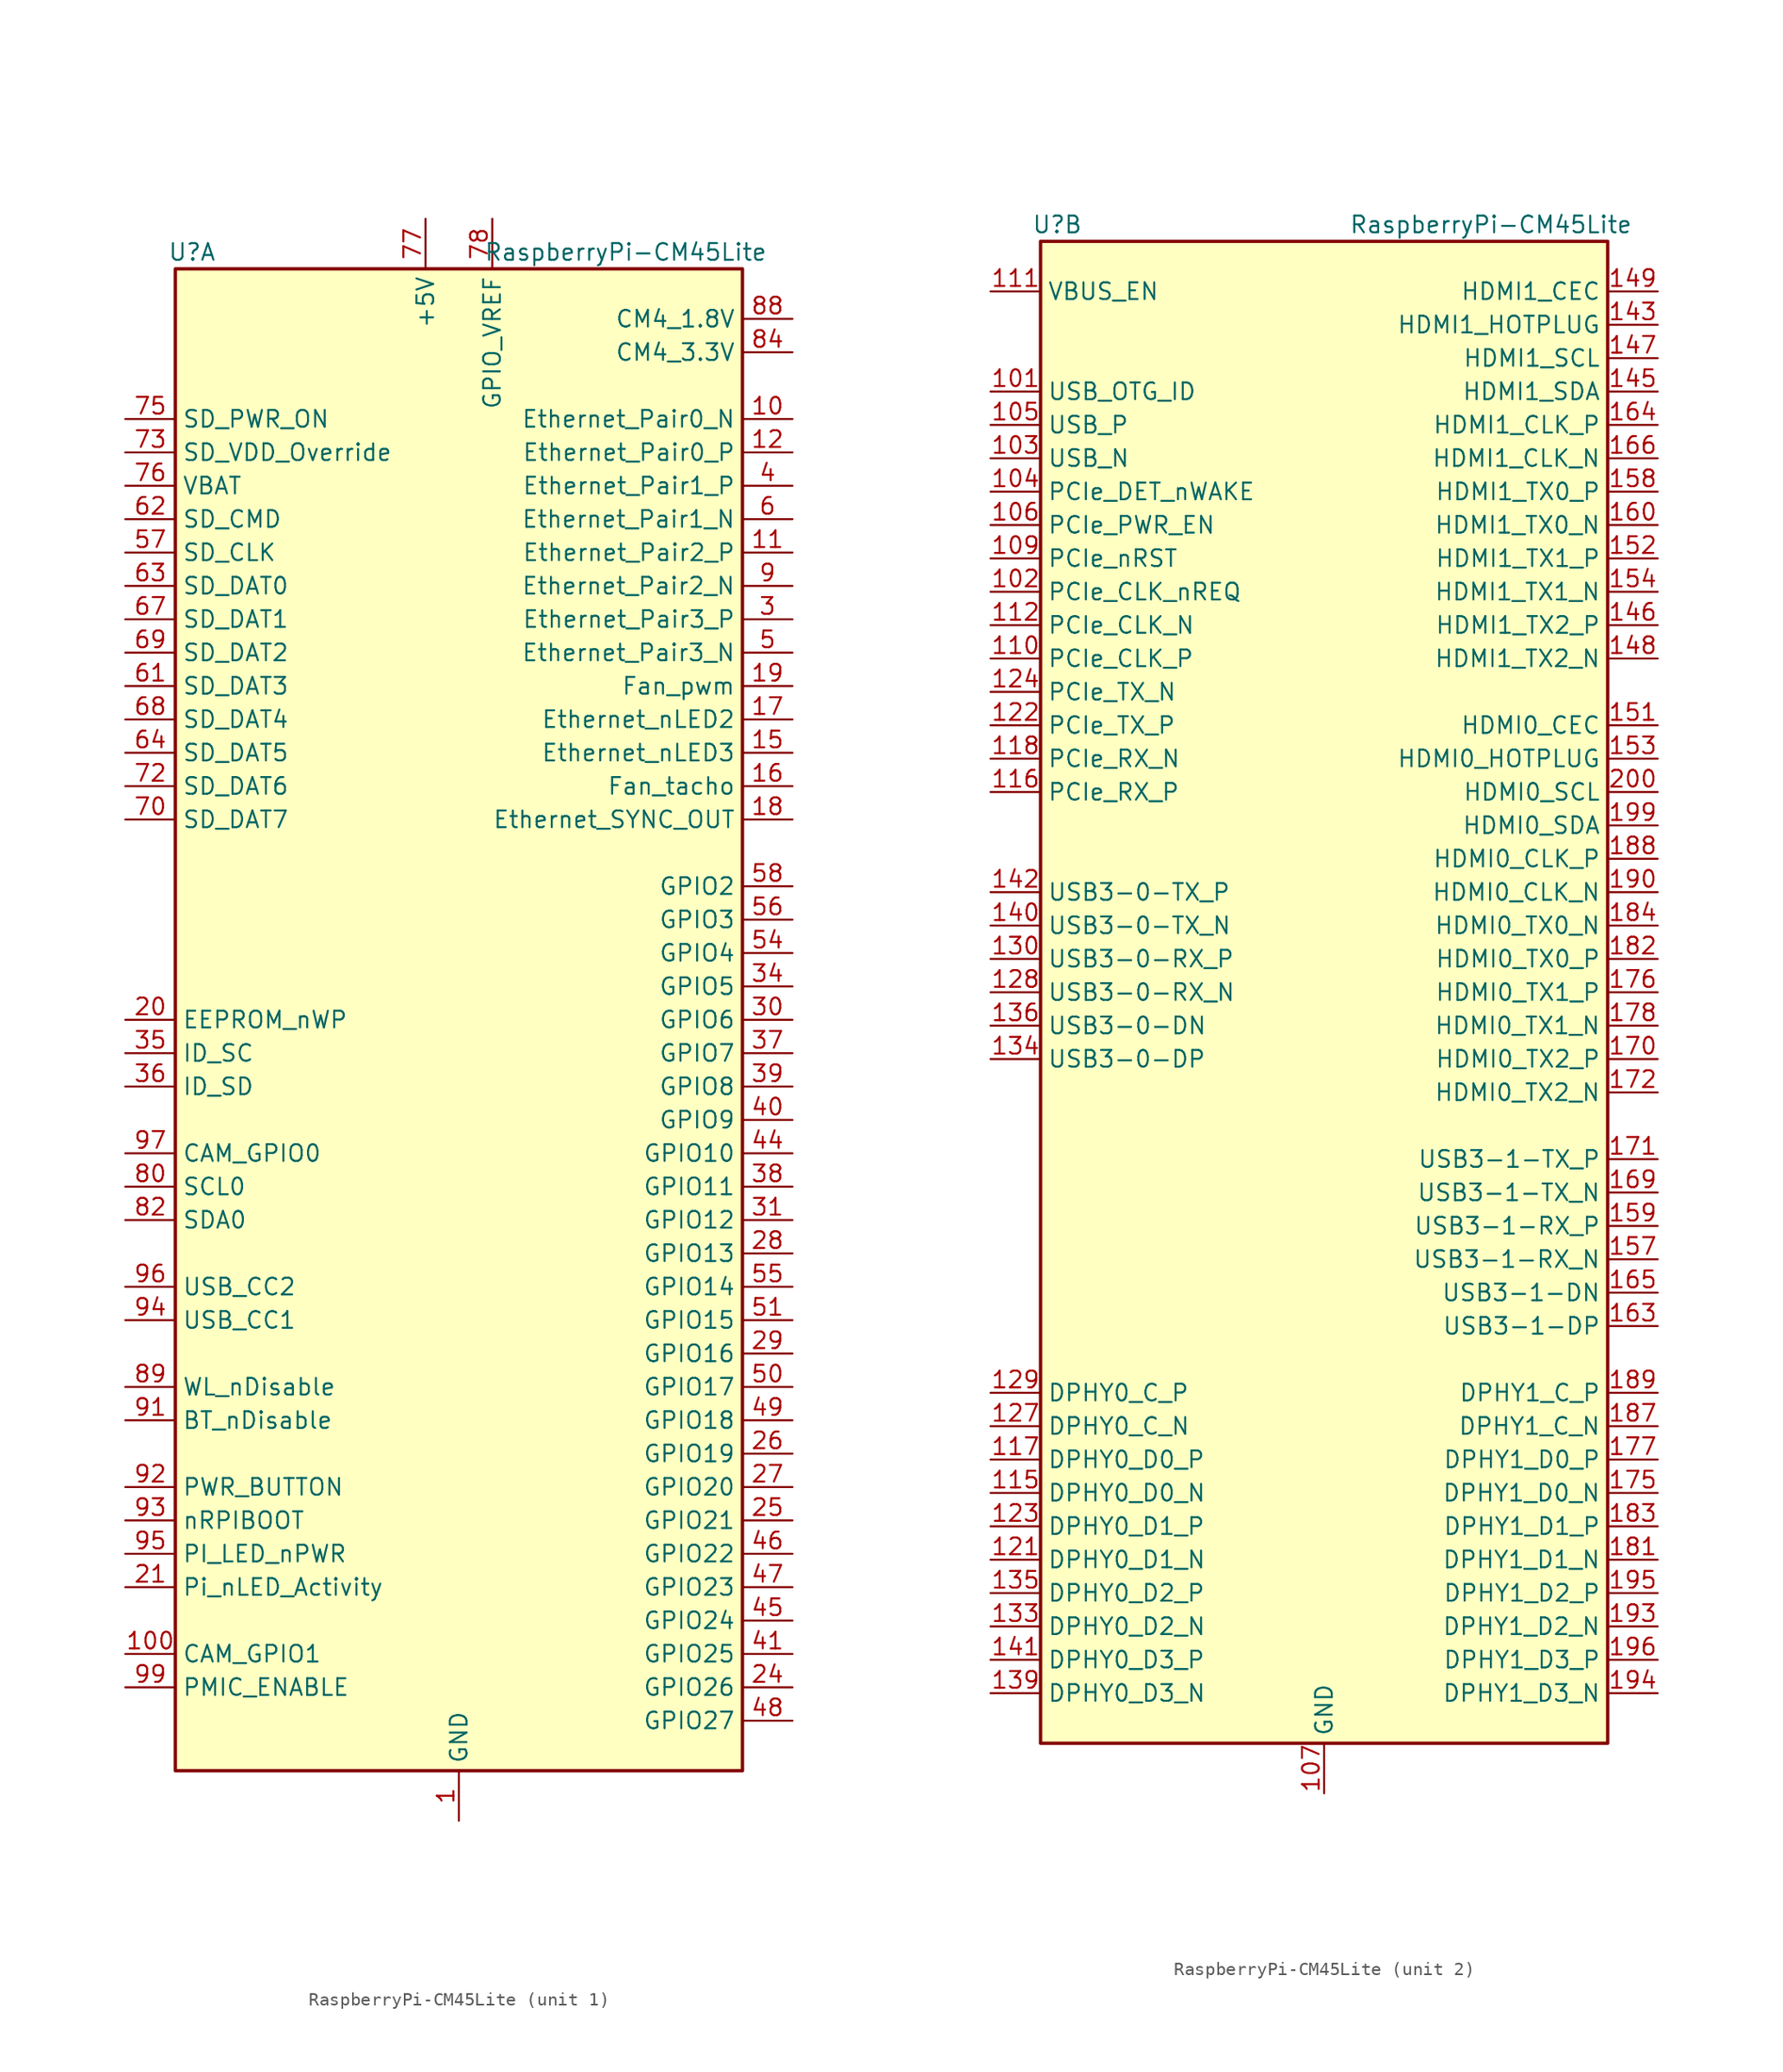
<source format=kicad_sym>
(kicad_symbol_lib
  (version 20241209)
  (generator "kicad_symbol_editor")
  (generator_version "9.0")
  (symbol "RaspberryPi-CM45Lite"
    (property "Reference" "U"
      (at -20.32 58.42 0)
      (effects (font (size 1.27 1.27))))
    (property "Value" "RaspberryPi-CM45Lite"
      (at 12.7 58.42 0)
      (effects (font (size 1.27 1.27))))
    (symbol "RaspberryPi-CM45Lite_0_1"
      (rectangle (start -21.59 57.15) (end 21.59 -57.15) (stroke (width 0.254) (type default)) (fill (type background))))
    (symbol "RaspberryPi-CM45Lite_1_1"
      (pin output line (at -25.4 45.72 0) (length 3.81) (name "SD_PWR_ON" (effects (font (size 1.27 1.27)))) (number "75" (effects (font (size 1.27 1.27)))))
      (pin input line (at -25.4 43.18 0) (length 3.81) (name "SD_VDD_Override" (effects (font (size 1.27 1.27)))) (number "73" (effects (font (size 1.27 1.27)))))
      (pin power_in line (at -25.4 40.64 0) (length 3.81) (name "VBAT" (effects (font (size 1.27 1.27)))) (number "76" (effects (font (size 1.27 1.27)))))
      (pin output line (at -25.4 38.1 0) (length 3.81) (name "SD_CMD" (effects (font (size 1.27 1.27)))) (number "62" (effects (font (size 1.27 1.27)))))
      (pin output line (at -25.4 35.56 0) (length 3.81) (name "SD_CLK" (effects (font (size 1.27 1.27)))) (number "57" (effects (font (size 1.27 1.27)))))
      (pin bidirectional line (at -25.4 33.02 0) (length 3.81) (name "SD_DAT0" (effects (font (size 1.27 1.27)))) (number "63" (effects (font (size 1.27 1.27)))))
      (pin bidirectional line (at -25.4 30.48 0) (length 3.81) (name "SD_DAT1" (effects (font (size 1.27 1.27)))) (number "67" (effects (font (size 1.27 1.27)))))
      (pin bidirectional line (at -25.4 27.94 0) (length 3.81) (name "SD_DAT2" (effects (font (size 1.27 1.27)))) (number "69" (effects (font (size 1.27 1.27)))))
      (pin bidirectional line (at -25.4 25.4 0) (length 3.81) (name "SD_DAT3" (effects (font (size 1.27 1.27)))) (number "61" (effects (font (size 1.27 1.27)))))
      (pin bidirectional line (at -25.4 22.86 0) (length 3.81) (name "SD_DAT4" (effects (font (size 1.27 1.27)))) (number "68" (effects (font (size 1.27 1.27)))))
      (pin bidirectional line (at -25.4 20.32 0) (length 3.81) (name "SD_DAT5" (effects (font (size 1.27 1.27)))) (number "64" (effects (font (size 1.27 1.27)))))
      (pin bidirectional line (at -25.4 17.78 0) (length 3.81) (name "SD_DAT6" (effects (font (size 1.27 1.27)))) (number "72" (effects (font (size 1.27 1.27)))))
      (pin bidirectional line (at -25.4 15.24 0) (length 3.81) (name "SD_DAT7" (effects (font (size 1.27 1.27)))) (number "70" (effects (font (size 1.27 1.27)))))
      (pin input line (at -25.4 0 0) (length 3.81) (name "EEPROM_nWP" (effects (font (size 1.27 1.27)))) (number "20" (effects (font (size 1.27 1.27)))))
      (pin bidirectional line (at -25.4 -2.54 0) (length 3.81) (name "ID_SC" (effects (font (size 1.27 1.27)))) (number "35" (effects (font (size 1.27 1.27)))))
      (pin bidirectional line (at -25.4 -5.08 0) (length 3.81) (name "ID_SD" (effects (font (size 1.27 1.27)))) (number "36" (effects (font (size 1.27 1.27)))))
      (pin input line (at -25.4 -10.16 0) (length 3.81) (name "CAM_GPIO0" (effects (font (size 1.27 1.27)))) (number "97" (effects (font (size 1.27 1.27)))))
      (pin output line (at -25.4 -12.7 0) (length 3.81) (name "SCL0" (effects (font (size 1.27 1.27)))) (number "80" (effects (font (size 1.27 1.27)))))
      (pin bidirectional line (at -25.4 -15.24 0) (length 3.81) (name "SDA0" (effects (font (size 1.27 1.27)))) (number "82" (effects (font (size 1.27 1.27)))))
      (pin input line (at -25.4 -20.32 0) (length 3.81) (name "USB_CC2" (effects (font (size 1.27 1.27)))) (number "96" (effects (font (size 1.27 1.27)))))
      (pin input line (at -25.4 -22.86 0) (length 3.81) (name "USB_CC1" (effects (font (size 1.27 1.27)))) (number "94" (effects (font (size 1.27 1.27)))))
      (pin input line (at -25.4 -27.94 0) (length 3.81) (name "WL_nDisable" (effects (font (size 1.27 1.27)))) (number "89" (effects (font (size 1.27 1.27)))))
      (pin input line (at -25.4 -30.48 0) (length 3.81) (name "BT_nDisable" (effects (font (size 1.27 1.27)))) (number "91" (effects (font (size 1.27 1.27)))))
      (pin input line (at -25.4 -35.56 0) (length 3.81) (name "PWR_BUTTON" (effects (font (size 1.27 1.27)))) (number "92" (effects (font (size 1.27 1.27)))))
      (pin output line (at -25.4 -38.1 0) (length 3.81) (name "nRPIBOOT" (effects (font (size 1.27 1.27)))) (number "93" (effects (font (size 1.27 1.27)))))
      (pin output line (at -25.4 -40.64 0) (length 3.81) (name "PI_LED_nPWR" (effects (font (size 1.27 1.27)))) (number "95" (effects (font (size 1.27 1.27)))))
      (pin input line (at -25.4 -43.18 0) (length 3.81) (name "Pi_nLED_Activity" (effects (font (size 1.27 1.27)))) (number "21" (effects (font (size 1.27 1.27)))))
      (pin bidirectional line (at -25.4 -48.26 0) (length 3.81) (name "CAM_GPIO1" (effects (font (size 1.27 1.27)))) (number "100" (effects (font (size 1.27 1.27)))))
      (pin input line (at -25.4 -50.8 0) (length 3.81) (name "PMIC_ENABLE" (effects (font (size 1.27 1.27)))) (number "99" (effects (font (size 1.27 1.27)))))
      (pin power_in line (at -2.54 60.96 270) (length 3.81) (name "+5V" (effects (font (size 1.27 1.27)))) (number "77" (effects (font (size 1.27 1.27)))))
      (pin passive line (at -2.54 60.96 270) (length 3.81) (hide yes) (name "+5V" (effects (font (size 1.27 1.27)))) (number "79" (effects (font (size 1.27 1.27)))))
      (pin passive line (at -2.54 60.96 270) (length 3.81) (hide yes) (name "+5V" (effects (font (size 1.27 1.27)))) (number "81" (effects (font (size 1.27 1.27)))))
      (pin passive line (at -2.54 60.96 270) (length 3.81) (hide yes) (name "+5V" (effects (font (size 1.27 1.27)))) (number "83" (effects (font (size 1.27 1.27)))))
      (pin passive line (at -2.54 60.96 270) (length 3.81) (hide yes) (name "+5V" (effects (font (size 1.27 1.27)))) (number "85" (effects (font (size 1.27 1.27)))))
      (pin passive line (at -2.54 60.96 270) (length 3.81) (hide yes) (name "+5V" (effects (font (size 1.27 1.27)))) (number "87" (effects (font (size 1.27 1.27)))))
      (pin power_in line (at 0 -60.96 90) (length 3.81) (name "GND" (effects (font (size 1.27 1.27)))) (number "1" (effects (font (size 1.27 1.27)))))
      (pin passive line (at 0 -60.96 90) (length 3.81) (hide yes) (name "GND" (effects (font (size 1.27 1.27)))) (number "13" (effects (font (size 1.27 1.27)))))
      (pin passive line (at 0 -60.96 90) (length 3.81) (hide yes) (name "GND" (effects (font (size 1.27 1.27)))) (number "14" (effects (font (size 1.27 1.27)))))
      (pin passive line (at 0 -60.96 90) (length 3.81) (hide yes) (name "GND" (effects (font (size 1.27 1.27)))) (number "2" (effects (font (size 1.27 1.27)))))
      (pin passive line (at 0 -60.96 90) (length 3.81) (hide yes) (name "GND" (effects (font (size 1.27 1.27)))) (number "22" (effects (font (size 1.27 1.27)))))
      (pin passive line (at 0 -60.96 90) (length 3.81) (hide yes) (name "GND" (effects (font (size 1.27 1.27)))) (number "23" (effects (font (size 1.27 1.27)))))
      (pin passive line (at 0 -60.96 90) (length 3.81) (hide yes) (name "GND" (effects (font (size 1.27 1.27)))) (number "32" (effects (font (size 1.27 1.27)))))
      (pin passive line (at 0 -60.96 90) (length 3.81) (hide yes) (name "GND" (effects (font (size 1.27 1.27)))) (number "33" (effects (font (size 1.27 1.27)))))
      (pin passive line (at 0 -60.96 90) (length 3.81) (hide yes) (name "GND" (effects (font (size 1.27 1.27)))) (number "42" (effects (font (size 1.27 1.27)))))
      (pin passive line (at 0 -60.96 90) (length 3.81) (hide yes) (name "GND" (effects (font (size 1.27 1.27)))) (number "43" (effects (font (size 1.27 1.27)))))
      (pin passive line (at 0 -60.96 90) (length 3.81) (hide yes) (name "GND" (effects (font (size 1.27 1.27)))) (number "52" (effects (font (size 1.27 1.27)))))
      (pin passive line (at 0 -60.96 90) (length 3.81) (hide yes) (name "GND" (effects (font (size 1.27 1.27)))) (number "53" (effects (font (size 1.27 1.27)))))
      (pin passive line (at 0 -60.96 90) (length 3.81) (hide yes) (name "GND" (effects (font (size 1.27 1.27)))) (number "59" (effects (font (size 1.27 1.27)))))
      (pin passive line (at 0 -60.96 90) (length 3.81) (hide yes) (name "GND" (effects (font (size 1.27 1.27)))) (number "60" (effects (font (size 1.27 1.27)))))
      (pin passive line (at 0 -60.96 90) (length 3.81) (hide yes) (name "GND" (effects (font (size 1.27 1.27)))) (number "65" (effects (font (size 1.27 1.27)))))
      (pin passive line (at 0 -60.96 90) (length 3.81) (hide yes) (name "GND" (effects (font (size 1.27 1.27)))) (number "66" (effects (font (size 1.27 1.27)))))
      (pin passive line (at 0 -60.96 90) (length 3.81) (hide yes) (name "GND" (effects (font (size 1.27 1.27)))) (number "7" (effects (font (size 1.27 1.27)))))
      (pin passive line (at 0 -60.96 90) (length 3.81) (hide yes) (name "GND" (effects (font (size 1.27 1.27)))) (number "71" (effects (font (size 1.27 1.27)))))
      (pin passive line (at 0 -60.96 90) (length 3.81) (hide yes) (name "GND" (effects (font (size 1.27 1.27)))) (number "74" (effects (font (size 1.27 1.27)))))
      (pin passive line (at 0 -60.96 90) (length 3.81) (hide yes) (name "GND" (effects (font (size 1.27 1.27)))) (number "8" (effects (font (size 1.27 1.27)))))
      (pin passive line (at 0 -60.96 90) (length 3.81) (hide yes) (name "GND" (effects (font (size 1.27 1.27)))) (number "98" (effects (font (size 1.27 1.27)))))
      (pin power_in line (at 2.54 60.96 270) (length 3.81) (name "GPIO_VREF" (effects (font (size 1.27 1.27)))) (number "78" (effects (font (size 1.27 1.27)))))
      (pin power_out line (at 25.4 53.34 180) (length 3.81) (name "CM4_1.8V" (effects (font (size 1.27 1.27)))) (number "88" (effects (font (size 1.27 1.27)))))
      (pin passive line (at 25.4 53.34 180) (length 3.81) (hide yes) (name "CM4_1.8V" (effects (font (size 1.27 1.27)))) (number "90" (effects (font (size 1.27 1.27)))))
      (pin power_out line (at 25.4 50.8 180) (length 3.81) (name "CM4_3.3V" (effects (font (size 1.27 1.27)))) (number "84" (effects (font (size 1.27 1.27)))))
      (pin passive line (at 25.4 50.8 180) (length 3.81) (hide yes) (name "CM4_3.3V" (effects (font (size 1.27 1.27)))) (number "86" (effects (font (size 1.27 1.27)))))
      (pin bidirectional line (at 25.4 45.72 180) (length 3.81) (name "Ethernet_Pair0_N" (effects (font (size 1.27 1.27)))) (number "10" (effects (font (size 1.27 1.27)))))
      (pin bidirectional line (at 25.4 43.18 180) (length 3.81) (name "Ethernet_Pair0_P" (effects (font (size 1.27 1.27)))) (number "12" (effects (font (size 1.27 1.27)))))
      (pin bidirectional line (at 25.4 40.64 180) (length 3.81) (name "Ethernet_Pair1_P" (effects (font (size 1.27 1.27)))) (number "4" (effects (font (size 1.27 1.27)))))
      (pin bidirectional line (at 25.4 38.1 180) (length 3.81) (name "Ethernet_Pair1_N" (effects (font (size 1.27 1.27)))) (number "6" (effects (font (size 1.27 1.27)))))
      (pin bidirectional line (at 25.4 35.56 180) (length 3.81) (name "Ethernet_Pair2_P" (effects (font (size 1.27 1.27)))) (number "11" (effects (font (size 1.27 1.27)))))
      (pin bidirectional line (at 25.4 33.02 180) (length 3.81) (name "Ethernet_Pair2_N" (effects (font (size 1.27 1.27)))) (number "9" (effects (font (size 1.27 1.27)))))
      (pin bidirectional line (at 25.4 30.48 180) (length 3.81) (name "Ethernet_Pair3_P" (effects (font (size 1.27 1.27)))) (number "3" (effects (font (size 1.27 1.27)))))
      (pin bidirectional line (at 25.4 27.94 180) (length 3.81) (name "Ethernet_Pair3_N" (effects (font (size 1.27 1.27)))) (number "5" (effects (font (size 1.27 1.27)))))
      (pin output line (at 25.4 25.4 180) (length 3.81) (name "Fan_pwm" (effects (font (size 1.27 1.27)))) (number "19" (effects (font (size 1.27 1.27)))))
      (pin output line (at 25.4 22.86 180) (length 3.81) (name "Ethernet_nLED2" (effects (font (size 1.27 1.27)))) (number "17" (effects (font (size 1.27 1.27)))))
      (pin output line (at 25.4 20.32 180) (length 3.81) (name "Ethernet_nLED3" (effects (font (size 1.27 1.27)))) (number "15" (effects (font (size 1.27 1.27)))))
      (pin input line (at 25.4 17.78 180) (length 3.81) (name "Fan_tacho" (effects (font (size 1.27 1.27)))) (number "16" (effects (font (size 1.27 1.27)))))
      (pin output line (at 25.4 15.24 180) (length 3.81) (name "Ethernet_SYNC_OUT" (effects (font (size 1.27 1.27)))) (number "18" (effects (font (size 1.27 1.27)))))
      (pin bidirectional line (at 25.4 10.16 180) (length 3.81) (name "GPIO2" (effects (font (size 1.27 1.27)))) (number "58" (effects (font (size 1.27 1.27)))))
      (pin bidirectional line (at 25.4 7.62 180) (length 3.81) (name "GPIO3" (effects (font (size 1.27 1.27)))) (number "56" (effects (font (size 1.27 1.27)))))
      (pin bidirectional line (at 25.4 5.08 180) (length 3.81) (name "GPIO4" (effects (font (size 1.27 1.27)))) (number "54" (effects (font (size 1.27 1.27)))))
      (pin bidirectional line (at 25.4 2.54 180) (length 3.81) (name "GPIO5" (effects (font (size 1.27 1.27)))) (number "34" (effects (font (size 1.27 1.27)))))
      (pin bidirectional line (at 25.4 0 180) (length 3.81) (name "GPIO6" (effects (font (size 1.27 1.27)))) (number "30" (effects (font (size 1.27 1.27)))))
      (pin bidirectional line (at 25.4 -2.54 180) (length 3.81) (name "GPIO7" (effects (font (size 1.27 1.27)))) (number "37" (effects (font (size 1.27 1.27)))))
      (pin bidirectional line (at 25.4 -5.08 180) (length 3.81) (name "GPIO8" (effects (font (size 1.27 1.27)))) (number "39" (effects (font (size 1.27 1.27)))))
      (pin bidirectional line (at 25.4 -7.62 180) (length 3.81) (name "GPIO9" (effects (font (size 1.27 1.27)))) (number "40" (effects (font (size 1.27 1.27)))))
      (pin bidirectional line (at 25.4 -10.16 180) (length 3.81) (name "GPIO10" (effects (font (size 1.27 1.27)))) (number "44" (effects (font (size 1.27 1.27)))))
      (pin bidirectional line (at 25.4 -12.7 180) (length 3.81) (name "GPIO11" (effects (font (size 1.27 1.27)))) (number "38" (effects (font (size 1.27 1.27)))))
      (pin bidirectional line (at 25.4 -15.24 180) (length 3.81) (name "GPIO12" (effects (font (size 1.27 1.27)))) (number "31" (effects (font (size 1.27 1.27)))))
      (pin bidirectional line (at 25.4 -17.78 180) (length 3.81) (name "GPIO13" (effects (font (size 1.27 1.27)))) (number "28" (effects (font (size 1.27 1.27)))))
      (pin bidirectional line (at 25.4 -20.32 180) (length 3.81) (name "GPIO14" (effects (font (size 1.27 1.27)))) (number "55" (effects (font (size 1.27 1.27)))))
      (pin bidirectional line (at 25.4 -22.86 180) (length 3.81) (name "GPIO15" (effects (font (size 1.27 1.27)))) (number "51" (effects (font (size 1.27 1.27)))))
      (pin bidirectional line (at 25.4 -25.4 180) (length 3.81) (name "GPIO16" (effects (font (size 1.27 1.27)))) (number "29" (effects (font (size 1.27 1.27)))))
      (pin bidirectional line (at 25.4 -27.94 180) (length 3.81) (name "GPIO17" (effects (font (size 1.27 1.27)))) (number "50" (effects (font (size 1.27 1.27)))))
      (pin bidirectional line (at 25.4 -30.48 180) (length 3.81) (name "GPIO18" (effects (font (size 1.27 1.27)))) (number "49" (effects (font (size 1.27 1.27)))))
      (pin bidirectional line (at 25.4 -33.02 180) (length 3.81) (name "GPIO19" (effects (font (size 1.27 1.27)))) (number "26" (effects (font (size 1.27 1.27)))))
      (pin bidirectional line (at 25.4 -35.56 180) (length 3.81) (name "GPIO20" (effects (font (size 1.27 1.27)))) (number "27" (effects (font (size 1.27 1.27)))))
      (pin bidirectional line (at 25.4 -38.1 180) (length 3.81) (name "GPIO21" (effects (font (size 1.27 1.27)))) (number "25" (effects (font (size 1.27 1.27)))))
      (pin bidirectional line (at 25.4 -40.64 180) (length 3.81) (name "GPIO22" (effects (font (size 1.27 1.27)))) (number "46" (effects (font (size 1.27 1.27)))))
      (pin bidirectional line (at 25.4 -43.18 180) (length 3.81) (name "GPIO23" (effects (font (size 1.27 1.27)))) (number "47" (effects (font (size 1.27 1.27)))))
      (pin bidirectional line (at 25.4 -45.72 180) (length 3.81) (name "GPIO24" (effects (font (size 1.27 1.27)))) (number "45" (effects (font (size 1.27 1.27)))))
      (pin bidirectional line (at 25.4 -48.26 180) (length 3.81) (name "GPIO25" (effects (font (size 1.27 1.27)))) (number "41" (effects (font (size 1.27 1.27)))))
      (pin bidirectional line (at 25.4 -50.8 180) (length 3.81) (name "GPIO26" (effects (font (size 1.27 1.27)))) (number "24" (effects (font (size 1.27 1.27)))))
      (pin bidirectional line (at 25.4 -53.34 180) (length 3.81) (name "GPIO27" (effects (font (size 1.27 1.27)))) (number "48" (effects (font (size 1.27 1.27))))))
    (symbol "RaspberryPi-CM45Lite_2_1"
      (pin output line (at -25.4 53.34 0) (length 3.81) (name "VBUS_EN" (effects (font (size 1.27 1.27)))) (number "111" (effects (font (size 1.27 1.27)))))
      (pin input line (at -25.4 45.72 0) (length 3.81) (name "USB_OTG_ID" (effects (font (size 1.27 1.27)))) (number "101" (effects (font (size 1.27 1.27)))))
      (pin bidirectional line (at -25.4 43.18 0) (length 3.81) (name "USB_P" (effects (font (size 1.27 1.27)))) (number "105" (effects (font (size 1.27 1.27)))))
      (pin bidirectional line (at -25.4 40.64 0) (length 3.81) (name "USB_N" (effects (font (size 1.27 1.27)))) (number "103" (effects (font (size 1.27 1.27)))))
      (pin power_in line (at -25.4 38.1 0) (length 3.81) (name "PCIe_DET_nWAKE" (effects (font (size 1.27 1.27)))) (number "104" (effects (font (size 1.27 1.27)))))
      (pin input line (at -25.4 35.56 0) (length 3.81) (name "PCIe_PWR_EN" (effects (font (size 1.27 1.27)))) (number "106" (effects (font (size 1.27 1.27)))))
      (pin output line (at -25.4 33.02 0) (length 3.81) (name "PCIe_nRST" (effects (font (size 1.27 1.27)))) (number "109" (effects (font (size 1.27 1.27)))))
      (pin input line (at -25.4 30.48 0) (length 3.81) (name "PCIe_CLK_nREQ" (effects (font (size 1.27 1.27)))) (number "102" (effects (font (size 1.27 1.27)))))
      (pin output line (at -25.4 27.94 0) (length 3.81) (name "PCIe_CLK_N" (effects (font (size 1.27 1.27)))) (number "112" (effects (font (size 1.27 1.27)))))
      (pin output line (at -25.4 25.4 0) (length 3.81) (name "PCIe_CLK_P" (effects (font (size 1.27 1.27)))) (number "110" (effects (font (size 1.27 1.27)))))
      (pin output line (at -25.4 22.86 0) (length 3.81) (name "PCIe_TX_N" (effects (font (size 1.27 1.27)))) (number "124" (effects (font (size 1.27 1.27)))))
      (pin output line (at -25.4 20.32 0) (length 3.81) (name "PCIe_TX_P" (effects (font (size 1.27 1.27)))) (number "122" (effects (font (size 1.27 1.27)))))
      (pin input line (at -25.4 17.78 0) (length 3.81) (name "PCIe_RX_N" (effects (font (size 1.27 1.27)))) (number "118" (effects (font (size 1.27 1.27)))))
      (pin input line (at -25.4 15.24 0) (length 3.81) (name "PCIe_RX_P" (effects (font (size 1.27 1.27)))) (number "116" (effects (font (size 1.27 1.27)))))
      (pin output line (at -25.4 7.62 0) (length 3.81) (name "USB3-0-TX_P" (effects (font (size 1.27 1.27)))) (number "142" (effects (font (size 1.27 1.27)))))
      (pin output line (at -25.4 5.08 0) (length 3.81) (name "USB3-0-TX_N" (effects (font (size 1.27 1.27)))) (number "140" (effects (font (size 1.27 1.27)))))
      (pin input line (at -25.4 2.54 0) (length 3.81) (name "USB3-0-RX_P" (effects (font (size 1.27 1.27)))) (number "130" (effects (font (size 1.27 1.27)))))
      (pin input line (at -25.4 0 0) (length 3.81) (name "USB3-0-RX_N" (effects (font (size 1.27 1.27)))) (number "128" (effects (font (size 1.27 1.27)))))
      (pin bidirectional line (at -25.4 -2.54 0) (length 3.81) (name "USB3-0-DN" (effects (font (size 1.27 1.27)))) (number "136" (effects (font (size 1.27 1.27)))))
      (pin bidirectional line (at -25.4 -5.08 0) (length 3.81) (name "USB3-0-DP" (effects (font (size 1.27 1.27)))) (number "134" (effects (font (size 1.27 1.27)))))
      (pin bidirectional line (at -25.4 -30.48 0) (length 3.81) (name "DPHY0_C_P" (effects (font (size 1.27 1.27)))) (number "129" (effects (font (size 1.27 1.27)))))
      (pin bidirectional line (at -25.4 -33.02 0) (length 3.81) (name "DPHY0_C_N" (effects (font (size 1.27 1.27)))) (number "127" (effects (font (size 1.27 1.27)))))
      (pin bidirectional line (at -25.4 -35.56 0) (length 3.81) (name "DPHY0_D0_P" (effects (font (size 1.27 1.27)))) (number "117" (effects (font (size 1.27 1.27)))))
      (pin bidirectional line (at -25.4 -38.1 0) (length 3.81) (name "DPHY0_D0_N" (effects (font (size 1.27 1.27)))) (number "115" (effects (font (size 1.27 1.27)))))
      (pin bidirectional line (at -25.4 -40.64 0) (length 3.81) (name "DPHY0_D1_P" (effects (font (size 1.27 1.27)))) (number "123" (effects (font (size 1.27 1.27)))))
      (pin bidirectional line (at -25.4 -43.18 0) (length 3.81) (name "DPHY0_D1_N" (effects (font (size 1.27 1.27)))) (number "121" (effects (font (size 1.27 1.27)))))
      (pin bidirectional line (at -25.4 -45.72 0) (length 3.81) (name "DPHY0_D2_P" (effects (font (size 1.27 1.27)))) (number "135" (effects (font (size 1.27 1.27)))))
      (pin bidirectional line (at -25.4 -48.26 0) (length 3.81) (name "DPHY0_D2_N" (effects (font (size 1.27 1.27)))) (number "133" (effects (font (size 1.27 1.27)))))
      (pin bidirectional line (at -25.4 -50.8 0) (length 3.81) (name "DPHY0_D3_P" (effects (font (size 1.27 1.27)))) (number "141" (effects (font (size 1.27 1.27)))))
      (pin bidirectional line (at -25.4 -53.34 0) (length 3.81) (name "DPHY0_D3_N" (effects (font (size 1.27 1.27)))) (number "139" (effects (font (size 1.27 1.27)))))
      (pin power_in line (at 0 -60.96 90) (length 3.81) (name "GND" (effects (font (size 1.27 1.27)))) (number "107" (effects (font (size 1.27 1.27)))))
      (pin passive line (at 0 -60.96 90) (length 3.81) (hide yes) (name "GND" (effects (font (size 1.27 1.27)))) (number "108" (effects (font (size 1.27 1.27)))))
      (pin passive line (at 0 -60.96 90) (length 3.81) (hide yes) (name "GND" (effects (font (size 1.27 1.27)))) (number "113" (effects (font (size 1.27 1.27)))))
      (pin passive line (at 0 -60.96 90) (length 3.81) (hide yes) (name "GND" (effects (font (size 1.27 1.27)))) (number "114" (effects (font (size 1.27 1.27)))))
      (pin passive line (at 0 -60.96 90) (length 3.81) (hide yes) (name "GND" (effects (font (size 1.27 1.27)))) (number "119" (effects (font (size 1.27 1.27)))))
      (pin passive line (at 0 -60.96 90) (length 3.81) (hide yes) (name "GND" (effects (font (size 1.27 1.27)))) (number "120" (effects (font (size 1.27 1.27)))))
      (pin passive line (at 0 -60.96 90) (length 3.81) (hide yes) (name "GND" (effects (font (size 1.27 1.27)))) (number "125" (effects (font (size 1.27 1.27)))))
      (pin passive line (at 0 -60.96 90) (length 3.81) (hide yes) (name "GND" (effects (font (size 1.27 1.27)))) (number "126" (effects (font (size 1.27 1.27)))))
      (pin passive line (at 0 -60.96 90) (length 3.81) (hide yes) (name "GND" (effects (font (size 1.27 1.27)))) (number "131" (effects (font (size 1.27 1.27)))))
      (pin passive line (at 0 -60.96 90) (length 3.81) (hide yes) (name "GND" (effects (font (size 1.27 1.27)))) (number "132" (effects (font (size 1.27 1.27)))))
      (pin passive line (at 0 -60.96 90) (length 3.81) (hide yes) (name "GND" (effects (font (size 1.27 1.27)))) (number "137" (effects (font (size 1.27 1.27)))))
      (pin passive line (at 0 -60.96 90) (length 3.81) (hide yes) (name "GND" (effects (font (size 1.27 1.27)))) (number "138" (effects (font (size 1.27 1.27)))))
      (pin passive line (at 0 -60.96 90) (length 3.81) (hide yes) (name "GND" (effects (font (size 1.27 1.27)))) (number "144" (effects (font (size 1.27 1.27)))))
      (pin passive line (at 0 -60.96 90) (length 3.81) (hide yes) (name "GND" (effects (font (size 1.27 1.27)))) (number "150" (effects (font (size 1.27 1.27)))))
      (pin passive line (at 0 -60.96 90) (length 3.81) (hide yes) (name "GND" (effects (font (size 1.27 1.27)))) (number "155" (effects (font (size 1.27 1.27)))))
      (pin passive line (at 0 -60.96 90) (length 3.81) (hide yes) (name "GND" (effects (font (size 1.27 1.27)))) (number "156" (effects (font (size 1.27 1.27)))))
      (pin passive line (at 0 -60.96 90) (length 3.81) (hide yes) (name "GND" (effects (font (size 1.27 1.27)))) (number "161" (effects (font (size 1.27 1.27)))))
      (pin passive line (at 0 -60.96 90) (length 3.81) (hide yes) (name "GND" (effects (font (size 1.27 1.27)))) (number "162" (effects (font (size 1.27 1.27)))))
      (pin passive line (at 0 -60.96 90) (length 3.81) (hide yes) (name "GND" (effects (font (size 1.27 1.27)))) (number "167" (effects (font (size 1.27 1.27)))))
      (pin passive line (at 0 -60.96 90) (length 3.81) (hide yes) (name "GND" (effects (font (size 1.27 1.27)))) (number "168" (effects (font (size 1.27 1.27)))))
      (pin passive line (at 0 -60.96 90) (length 3.81) (hide yes) (name "GND" (effects (font (size 1.27 1.27)))) (number "173" (effects (font (size 1.27 1.27)))))
      (pin passive line (at 0 -60.96 90) (length 3.81) (hide yes) (name "GND" (effects (font (size 1.27 1.27)))) (number "174" (effects (font (size 1.27 1.27)))))
      (pin passive line (at 0 -60.96 90) (length 3.81) (hide yes) (name "GND" (effects (font (size 1.27 1.27)))) (number "179" (effects (font (size 1.27 1.27)))))
      (pin passive line (at 0 -60.96 90) (length 3.81) (hide yes) (name "GND" (effects (font (size 1.27 1.27)))) (number "180" (effects (font (size 1.27 1.27)))))
      (pin passive line (at 0 -60.96 90) (length 3.81) (hide yes) (name "GND" (effects (font (size 1.27 1.27)))) (number "185" (effects (font (size 1.27 1.27)))))
      (pin passive line (at 0 -60.96 90) (length 3.81) (hide yes) (name "GND" (effects (font (size 1.27 1.27)))) (number "186" (effects (font (size 1.27 1.27)))))
      (pin passive line (at 0 -60.96 90) (length 3.81) (hide yes) (name "GND" (effects (font (size 1.27 1.27)))) (number "191" (effects (font (size 1.27 1.27)))))
      (pin passive line (at 0 -60.96 90) (length 3.81) (hide yes) (name "GND" (effects (font (size 1.27 1.27)))) (number "192" (effects (font (size 1.27 1.27)))))
      (pin passive line (at 0 -60.96 90) (length 3.81) (hide yes) (name "GND" (effects (font (size 1.27 1.27)))) (number "197" (effects (font (size 1.27 1.27)))))
      (pin passive line (at 0 -60.96 90) (length 3.81) (hide yes) (name "GND" (effects (font (size 1.27 1.27)))) (number "198" (effects (font (size 1.27 1.27)))))
      (pin input line (at 25.4 53.34 180) (length 3.81) (name "HDMI1_CEC" (effects (font (size 1.27 1.27)))) (number "149" (effects (font (size 1.27 1.27)))))
      (pin input line (at 25.4 50.8 180) (length 3.81) (name "HDMI1_HOTPLUG" (effects (font (size 1.27 1.27)))) (number "143" (effects (font (size 1.27 1.27)))))
      (pin input line (at 25.4 48.26 180) (length 3.81) (name "HDMI1_SCL" (effects (font (size 1.27 1.27)))) (number "147" (effects (font (size 1.27 1.27)))))
      (pin bidirectional line (at 25.4 45.72 180) (length 3.81) (name "HDMI1_SDA" (effects (font (size 1.27 1.27)))) (number "145" (effects (font (size 1.27 1.27)))))
      (pin output line (at 25.4 43.18 180) (length 3.81) (name "HDMI1_CLK_P" (effects (font (size 1.27 1.27)))) (number "164" (effects (font (size 1.27 1.27)))))
      (pin output line (at 25.4 40.64 180) (length 3.81) (name "HDMI1_CLK_N" (effects (font (size 1.27 1.27)))) (number "166" (effects (font (size 1.27 1.27)))))
      (pin output line (at 25.4 38.1 180) (length 3.81) (name "HDMI1_TX0_P" (effects (font (size 1.27 1.27)))) (number "158" (effects (font (size 1.27 1.27)))))
      (pin output line (at 25.4 35.56 180) (length 3.81) (name "HDMI1_TX0_N" (effects (font (size 1.27 1.27)))) (number "160" (effects (font (size 1.27 1.27)))))
      (pin output line (at 25.4 33.02 180) (length 3.81) (name "HDMI1_TX1_P" (effects (font (size 1.27 1.27)))) (number "152" (effects (font (size 1.27 1.27)))))
      (pin output line (at 25.4 30.48 180) (length 3.81) (name "HDMI1_TX1_N" (effects (font (size 1.27 1.27)))) (number "154" (effects (font (size 1.27 1.27)))))
      (pin output line (at 25.4 27.94 180) (length 3.81) (name "HDMI1_TX2_P" (effects (font (size 1.27 1.27)))) (number "146" (effects (font (size 1.27 1.27)))))
      (pin output line (at 25.4 25.4 180) (length 3.81) (name "HDMI1_TX2_N" (effects (font (size 1.27 1.27)))) (number "148" (effects (font (size 1.27 1.27)))))
      (pin input line (at 25.4 20.32 180) (length 3.81) (name "HDMI0_CEC" (effects (font (size 1.27 1.27)))) (number "151" (effects (font (size 1.27 1.27)))))
      (pin input line (at 25.4 17.78 180) (length 3.81) (name "HDMI0_HOTPLUG" (effects (font (size 1.27 1.27)))) (number "153" (effects (font (size 1.27 1.27)))))
      (pin bidirectional line (at 25.4 15.24 180) (length 3.81) (name "HDMI0_SCL" (effects (font (size 1.27 1.27)))) (number "200" (effects (font (size 1.27 1.27)))))
      (pin bidirectional line (at 25.4 12.7 180) (length 3.81) (name "HDMI0_SDA" (effects (font (size 1.27 1.27)))) (number "199" (effects (font (size 1.27 1.27)))))
      (pin output line (at 25.4 10.16 180) (length 3.81) (name "HDMI0_CLK_P" (effects (font (size 1.27 1.27)))) (number "188" (effects (font (size 1.27 1.27)))))
      (pin output line (at 25.4 7.62 180) (length 3.81) (name "HDMI0_CLK_N" (effects (font (size 1.27 1.27)))) (number "190" (effects (font (size 1.27 1.27)))))
      (pin output line (at 25.4 5.08 180) (length 3.81) (name "HDMI0_TX0_N" (effects (font (size 1.27 1.27)))) (number "184" (effects (font (size 1.27 1.27)))))
      (pin output line (at 25.4 2.54 180) (length 3.81) (name "HDMI0_TX0_P" (effects (font (size 1.27 1.27)))) (number "182" (effects (font (size 1.27 1.27)))))
      (pin output line (at 25.4 0 180) (length 3.81) (name "HDMI0_TX1_P" (effects (font (size 1.27 1.27)))) (number "176" (effects (font (size 1.27 1.27)))))
      (pin output line (at 25.4 -2.54 180) (length 3.81) (name "HDMI0_TX1_N" (effects (font (size 1.27 1.27)))) (number "178" (effects (font (size 1.27 1.27)))))
      (pin output line (at 25.4 -5.08 180) (length 3.81) (name "HDMI0_TX2_P" (effects (font (size 1.27 1.27)))) (number "170" (effects (font (size 1.27 1.27)))))
      (pin output line (at 25.4 -7.62 180) (length 3.81) (name "HDMI0_TX2_N" (effects (font (size 1.27 1.27)))) (number "172" (effects (font (size 1.27 1.27)))))
      (pin output line (at 25.4 -12.7 180) (length 3.81) (name "USB3-1-TX_P" (effects (font (size 1.27 1.27)))) (number "171" (effects (font (size 1.27 1.27)))))
      (pin output line (at 25.4 -15.24 180) (length 3.81) (name "USB3-1-TX_N" (effects (font (size 1.27 1.27)))) (number "169" (effects (font (size 1.27 1.27)))))
      (pin input line (at 25.4 -17.78 180) (length 3.81) (name "USB3-1-RX_P" (effects (font (size 1.27 1.27)))) (number "159" (effects (font (size 1.27 1.27)))))
      (pin input line (at 25.4 -20.32 180) (length 3.81) (name "USB3-1-RX_N" (effects (font (size 1.27 1.27)))) (number "157" (effects (font (size 1.27 1.27)))))
      (pin bidirectional line (at 25.4 -22.86 180) (length 3.81) (name "USB3-1-DN" (effects (font (size 1.27 1.27)))) (number "165" (effects (font (size 1.27 1.27)))))
      (pin bidirectional line (at 25.4 -25.4 180) (length 3.81) (name "USB3-1-DP" (effects (font (size 1.27 1.27)))) (number "163" (effects (font (size 1.27 1.27)))))
      (pin bidirectional line (at 25.4 -30.48 180) (length 3.81) (name "DPHY1_C_P" (effects (font (size 1.27 1.27)))) (number "189" (effects (font (size 1.27 1.27)))))
      (pin bidirectional line (at 25.4 -33.02 180) (length 3.81) (name "DPHY1_C_N" (effects (font (size 1.27 1.27)))) (number "187" (effects (font (size 1.27 1.27)))))
      (pin bidirectional line (at 25.4 -35.56 180) (length 3.81) (name "DPHY1_D0_P" (effects (font (size 1.27 1.27)))) (number "177" (effects (font (size 1.27 1.27)))))
      (pin bidirectional line (at 25.4 -38.1 180) (length 3.81) (name "DPHY1_D0_N" (effects (font (size 1.27 1.27)))) (number "175" (effects (font (size 1.27 1.27)))))
      (pin bidirectional line (at 25.4 -40.64 180) (length 3.81) (name "DPHY1_D1_P" (effects (font (size 1.27 1.27)))) (number "183" (effects (font (size 1.27 1.27)))))
      (pin bidirectional line (at 25.4 -43.18 180) (length 3.81) (name "DPHY1_D1_N" (effects (font (size 1.27 1.27)))) (number "181" (effects (font (size 1.27 1.27)))))
      (pin bidirectional line (at 25.4 -45.72 180) (length 3.81) (name "DPHY1_D2_P" (effects (font (size 1.27 1.27)))) (number "195" (effects (font (size 1.27 1.27)))))
      (pin bidirectional line (at 25.4 -48.26 180) (length 3.81) (name "DPHY1_D2_N" (effects (font (size 1.27 1.27)))) (number "193" (effects (font (size 1.27 1.27)))))
      (pin bidirectional line (at 25.4 -50.8 180) (length 3.81) (name "DPHY1_D3_P" (effects (font (size 1.27 1.27)))) (number "196" (effects (font (size 1.27 1.27)))))
      (pin bidirectional line (at 25.4 -53.34 180) (length 3.81) (name "DPHY1_D3_N" (effects (font (size 1.27 1.27)))) (number "194" (effects (font (size 1.27 1.27))))))))
</source>
